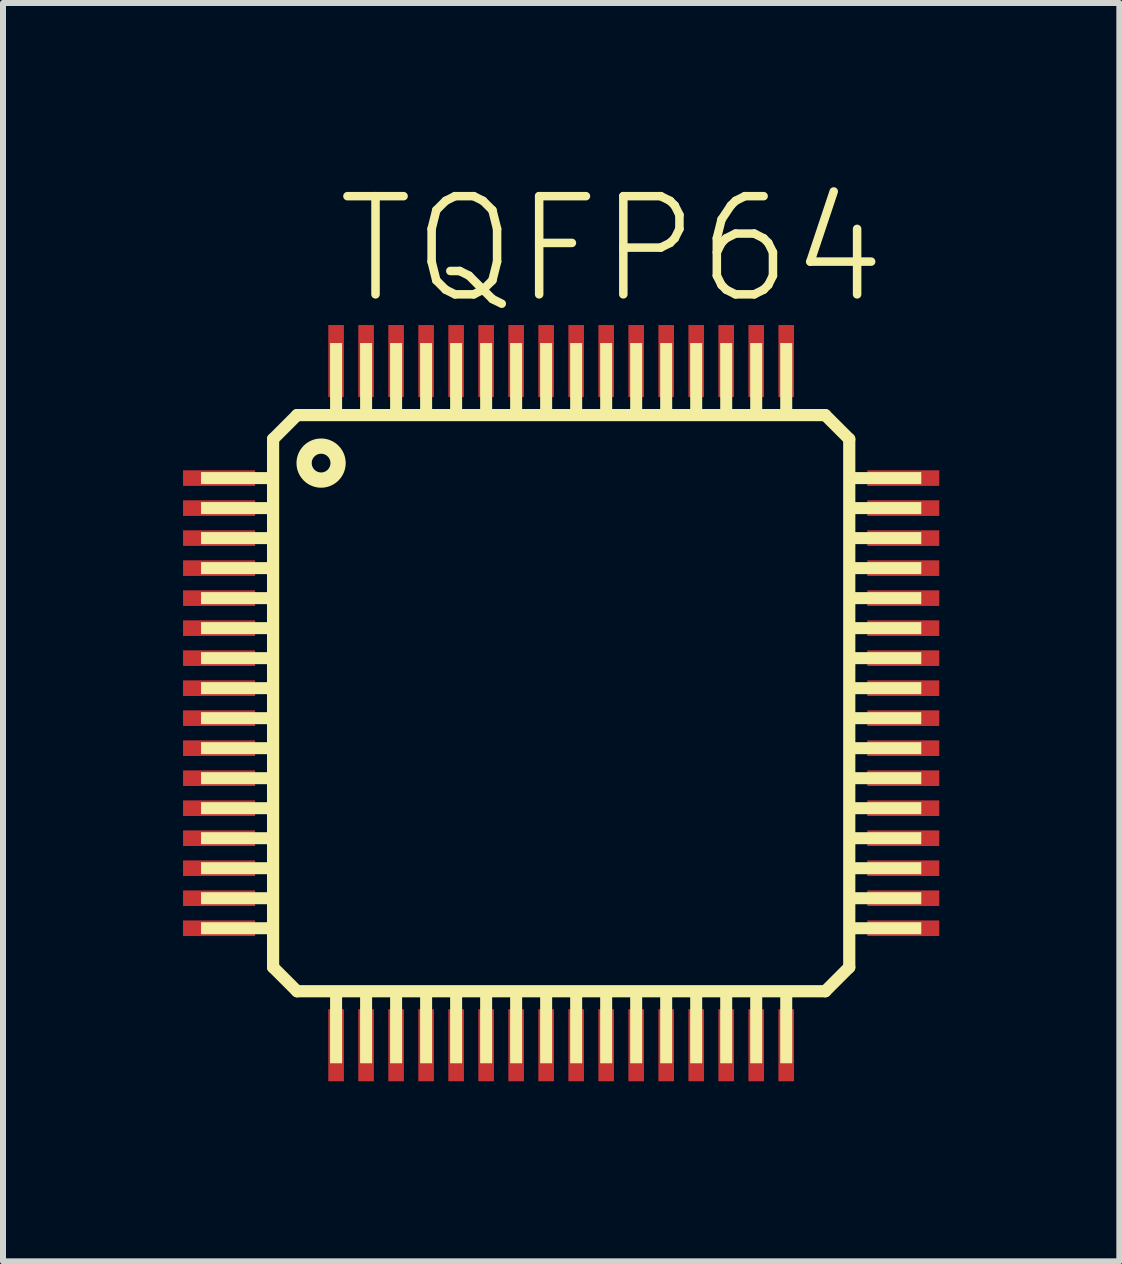
<source format=kicad_pcb>
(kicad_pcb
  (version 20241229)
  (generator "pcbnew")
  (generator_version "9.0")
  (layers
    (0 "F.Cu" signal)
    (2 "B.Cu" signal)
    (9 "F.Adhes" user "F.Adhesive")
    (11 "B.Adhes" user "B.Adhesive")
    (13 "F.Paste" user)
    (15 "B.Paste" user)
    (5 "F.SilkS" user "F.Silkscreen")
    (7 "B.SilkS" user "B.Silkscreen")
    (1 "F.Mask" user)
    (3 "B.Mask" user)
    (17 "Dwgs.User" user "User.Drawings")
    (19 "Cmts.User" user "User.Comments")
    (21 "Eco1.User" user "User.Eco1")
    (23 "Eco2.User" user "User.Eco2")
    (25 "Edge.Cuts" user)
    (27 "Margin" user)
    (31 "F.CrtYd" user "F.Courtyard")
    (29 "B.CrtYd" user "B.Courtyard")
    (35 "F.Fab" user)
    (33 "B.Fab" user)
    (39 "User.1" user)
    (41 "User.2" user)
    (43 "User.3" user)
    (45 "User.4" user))
  (footprint "TQFP64"
    (layer "F.Cu")
    (at 6.3 8.666)
    (property "Reference" "TQFP64" (at -3.81 -6.604 0) (unlocked yes) (layer "F.SilkS") (effects (font (size 1.636 1.636) (thickness 0.142)) (justify left bottom)))
    (fp_line (start -4.8 -4.4) (end -4.4 -4.8) (stroke (width 0.203) (type solid)) (layer "F.SilkS"))
    (fp_line (start -4.8 4.4) (end -4.8 -4.4) (stroke (width 0.203) (type solid)) (layer "F.SilkS"))
    (fp_line (start -4.4 -4.8) (end 4.4 -4.8) (stroke (width 0.203) (type solid)) (layer "F.SilkS"))
    (fp_line (start -4.4 4.8) (end -4.8 4.4) (stroke (width 0.203) (type solid)) (layer "F.SilkS"))
    (fp_line (start 4.4 -4.8) (end 4.8 -4.4) (stroke (width 0.203) (type solid)) (layer "F.SilkS"))
    (fp_line (start 4.4 4.8) (end -4.4 4.8) (stroke (width 0.203) (type solid)) (layer "F.SilkS"))
    (fp_line (start 4.8 -4.4) (end 4.8 4.4) (stroke (width 0.203) (type solid)) (layer "F.SilkS"))
    (fp_line (start 4.8 4.4) (end 4.4 4.8) (stroke (width 0.203) (type solid)) (layer "F.SilkS"))
    (fp_circle (center -4 -4) (end -3.717 -4) (stroke (width 0.254) (type solid)) (fill no) (layer "F.SilkS"))
    (fp_poly (pts (xy -6 -3.65) (xy -4.8 -3.65) (xy -4.8 -3.85) (xy -6 -3.85)) (stroke (width 0) (type default)) (fill yes) (layer "F.SilkS"))
    (fp_poly (pts (xy -6 -3.15) (xy -4.8 -3.15) (xy -4.8 -3.35) (xy -6 -3.35)) (stroke (width 0) (type default)) (fill yes) (layer "F.SilkS"))
    (fp_poly (pts (xy -6 -2.65) (xy -4.8 -2.65) (xy -4.8 -2.85) (xy -6 -2.85)) (stroke (width 0) (type default)) (fill yes) (layer "F.SilkS"))
    (fp_poly (pts (xy -6 -2.15) (xy -4.8 -2.15) (xy -4.8 -2.35) (xy -6 -2.35)) (stroke (width 0) (type default)) (fill yes) (layer "F.SilkS"))
    (fp_poly (pts (xy -6 -1.65) (xy -4.8 -1.65) (xy -4.8 -1.85) (xy -6 -1.85)) (stroke (width 0) (type default)) (fill yes) (layer "F.SilkS"))
    (fp_poly (pts (xy -6 -1.15) (xy -4.8 -1.15) (xy -4.8 -1.35) (xy -6 -1.35)) (stroke (width 0) (type default)) (fill yes) (layer "F.SilkS"))
    (fp_poly (pts (xy -6 -0.65) (xy -4.8 -0.65) (xy -4.8 -0.85) (xy -6 -0.85)) (stroke (width 0) (type default)) (fill yes) (layer "F.SilkS"))
    (fp_poly (pts (xy -6 -0.15) (xy -4.8 -0.15) (xy -4.8 -0.35) (xy -6 -0.35)) (stroke (width 0) (type default)) (fill yes) (layer "F.SilkS"))
    (fp_poly (pts (xy -6 0.35) (xy -4.8 0.35) (xy -4.8 0.15) (xy -6 0.15)) (stroke (width 0) (type default)) (fill yes) (layer "F.SilkS"))
    (fp_poly (pts (xy -6 0.85) (xy -4.8 0.85) (xy -4.8 0.65) (xy -6 0.65)) (stroke (width 0) (type default)) (fill yes) (layer "F.SilkS"))
    (fp_poly (pts (xy -6 1.35) (xy -4.8 1.35) (xy -4.8 1.15) (xy -6 1.15)) (stroke (width 0) (type default)) (fill yes) (layer "F.SilkS"))
    (fp_poly (pts (xy -6 1.85) (xy -4.8 1.85) (xy -4.8 1.65) (xy -6 1.65)) (stroke (width 0) (type default)) (fill yes) (layer "F.SilkS"))
    (fp_poly (pts (xy -6 2.35) (xy -4.8 2.35) (xy -4.8 2.15) (xy -6 2.15)) (stroke (width 0) (type default)) (fill yes) (layer "F.SilkS"))
    (fp_poly (pts (xy -6 2.85) (xy -4.8 2.85) (xy -4.8 2.65) (xy -6 2.65)) (stroke (width 0) (type default)) (fill yes) (layer "F.SilkS"))
    (fp_poly (pts (xy -6 3.35) (xy -4.8 3.35) (xy -4.8 3.15) (xy -6 3.15)) (stroke (width 0) (type default)) (fill yes) (layer "F.SilkS"))
    (fp_poly (pts (xy -6 3.85) (xy -4.8 3.85) (xy -4.8 3.65) (xy -6 3.65)) (stroke (width 0) (type default)) (fill yes) (layer "F.SilkS"))
    (fp_poly (pts (xy -3.85 -4.8) (xy -3.65 -4.8) (xy -3.65 -6) (xy -3.85 -6)) (stroke (width 0) (type default)) (fill yes) (layer "F.SilkS"))
    (fp_poly (pts (xy -3.85 6) (xy -3.65 6) (xy -3.65 4.8) (xy -3.85 4.8)) (stroke (width 0) (type default)) (fill yes) (layer "F.SilkS"))
    (fp_poly (pts (xy -3.35 -4.8) (xy -3.15 -4.8) (xy -3.15 -6) (xy -3.35 -6)) (stroke (width 0) (type default)) (fill yes) (layer "F.SilkS"))
    (fp_poly (pts (xy -3.35 6) (xy -3.15 6) (xy -3.15 4.8) (xy -3.35 4.8)) (stroke (width 0) (type default)) (fill yes) (layer "F.SilkS"))
    (fp_poly (pts (xy -2.85 -4.8) (xy -2.65 -4.8) (xy -2.65 -6) (xy -2.85 -6)) (stroke (width 0) (type default)) (fill yes) (layer "F.SilkS"))
    (fp_poly (pts (xy -2.85 6) (xy -2.65 6) (xy -2.65 4.8) (xy -2.85 4.8)) (stroke (width 0) (type default)) (fill yes) (layer "F.SilkS"))
    (fp_poly (pts (xy -2.35 -4.8) (xy -2.15 -4.8) (xy -2.15 -6) (xy -2.35 -6)) (stroke (width 0) (type default)) (fill yes) (layer "F.SilkS"))
    (fp_poly (pts (xy -2.35 6) (xy -2.15 6) (xy -2.15 4.8) (xy -2.35 4.8)) (stroke (width 0) (type default)) (fill yes) (layer "F.SilkS"))
    (fp_poly (pts (xy -1.85 -4.8) (xy -1.65 -4.8) (xy -1.65 -6) (xy -1.85 -6)) (stroke (width 0) (type default)) (fill yes) (layer "F.SilkS"))
    (fp_poly (pts (xy -1.85 6) (xy -1.65 6) (xy -1.65 4.8) (xy -1.85 4.8)) (stroke (width 0) (type default)) (fill yes) (layer "F.SilkS"))
    (fp_poly (pts (xy -1.35 -4.8) (xy -1.15 -4.8) (xy -1.15 -6) (xy -1.35 -6)) (stroke (width 0) (type default)) (fill yes) (layer "F.SilkS"))
    (fp_poly (pts (xy -1.35 6) (xy -1.15 6) (xy -1.15 4.8) (xy -1.35 4.8)) (stroke (width 0) (type default)) (fill yes) (layer "F.SilkS"))
    (fp_poly (pts (xy -0.85 -4.8) (xy -0.65 -4.8) (xy -0.65 -6) (xy -0.85 -6)) (stroke (width 0) (type default)) (fill yes) (layer "F.SilkS"))
    (fp_poly (pts (xy -0.85 6) (xy -0.65 6) (xy -0.65 4.8) (xy -0.85 4.8)) (stroke (width 0) (type default)) (fill yes) (layer "F.SilkS"))
    (fp_poly (pts (xy -0.35 -4.8) (xy -0.15 -4.8) (xy -0.15 -6) (xy -0.35 -6)) (stroke (width 0) (type default)) (fill yes) (layer "F.SilkS"))
    (fp_poly (pts (xy -0.35 6) (xy -0.15 6) (xy -0.15 4.8) (xy -0.35 4.8)) (stroke (width 0) (type default)) (fill yes) (layer "F.SilkS"))
    (fp_poly (pts (xy 0.15 -4.8) (xy 0.35 -4.8) (xy 0.35 -6) (xy 0.15 -6)) (stroke (width 0) (type default)) (fill yes) (layer "F.SilkS"))
    (fp_poly (pts (xy 0.15 6) (xy 0.35 6) (xy 0.35 4.8) (xy 0.15 4.8)) (stroke (width 0) (type default)) (fill yes) (layer "F.SilkS"))
    (fp_poly (pts (xy 0.65 -4.8) (xy 0.85 -4.8) (xy 0.85 -6) (xy 0.65 -6)) (stroke (width 0) (type default)) (fill yes) (layer "F.SilkS"))
    (fp_poly (pts (xy 0.65 6) (xy 0.85 6) (xy 0.85 4.8) (xy 0.65 4.8)) (stroke (width 0) (type default)) (fill yes) (layer "F.SilkS"))
    (fp_poly (pts (xy 1.15 -4.8) (xy 1.35 -4.8) (xy 1.35 -6) (xy 1.15 -6)) (stroke (width 0) (type default)) (fill yes) (layer "F.SilkS"))
    (fp_poly (pts (xy 1.15 6) (xy 1.35 6) (xy 1.35 4.8) (xy 1.15 4.8)) (stroke (width 0) (type default)) (fill yes) (layer "F.SilkS"))
    (fp_poly (pts (xy 1.65 -4.8) (xy 1.85 -4.8) (xy 1.85 -6) (xy 1.65 -6)) (stroke (width 0) (type default)) (fill yes) (layer "F.SilkS"))
    (fp_poly (pts (xy 1.65 6) (xy 1.85 6) (xy 1.85 4.8) (xy 1.65 4.8)) (stroke (width 0) (type default)) (fill yes) (layer "F.SilkS"))
    (fp_poly (pts (xy 2.15 -4.8) (xy 2.35 -4.8) (xy 2.35 -6) (xy 2.15 -6)) (stroke (width 0) (type default)) (fill yes) (layer "F.SilkS"))
    (fp_poly (pts (xy 2.15 6) (xy 2.35 6) (xy 2.35 4.8) (xy 2.15 4.8)) (stroke (width 0) (type default)) (fill yes) (layer "F.SilkS"))
    (fp_poly (pts (xy 2.65 -4.8) (xy 2.85 -4.8) (xy 2.85 -6) (xy 2.65 -6)) (stroke (width 0) (type default)) (fill yes) (layer "F.SilkS"))
    (fp_poly (pts (xy 2.65 6) (xy 2.85 6) (xy 2.85 4.8) (xy 2.65 4.8)) (stroke (width 0) (type default)) (fill yes) (layer "F.SilkS"))
    (fp_poly (pts (xy 3.15 -4.8) (xy 3.35 -4.8) (xy 3.35 -6) (xy 3.15 -6)) (stroke (width 0) (type default)) (fill yes) (layer "F.SilkS"))
    (fp_poly (pts (xy 3.15 6) (xy 3.35 6) (xy 3.35 4.8) (xy 3.15 4.8)) (stroke (width 0) (type default)) (fill yes) (layer "F.SilkS"))
    (fp_poly (pts (xy 3.65 -4.8) (xy 3.85 -4.8) (xy 3.85 -6) (xy 3.65 -6)) (stroke (width 0) (type default)) (fill yes) (layer "F.SilkS"))
    (fp_poly (pts (xy 3.65 6) (xy 3.85 6) (xy 3.85 4.8) (xy 3.65 4.8)) (stroke (width 0) (type default)) (fill yes) (layer "F.SilkS"))
    (fp_poly (pts (xy 4.8 -3.65) (xy 6 -3.65) (xy 6 -3.85) (xy 4.8 -3.85)) (stroke (width 0) (type default)) (fill yes) (layer "F.SilkS"))
    (fp_poly (pts (xy 4.8 -3.15) (xy 6 -3.15) (xy 6 -3.35) (xy 4.8 -3.35)) (stroke (width 0) (type default)) (fill yes) (layer "F.SilkS"))
    (fp_poly (pts (xy 4.8 -2.65) (xy 6 -2.65) (xy 6 -2.85) (xy 4.8 -2.85)) (stroke (width 0) (type default)) (fill yes) (layer "F.SilkS"))
    (fp_poly (pts (xy 4.8 -2.15) (xy 6 -2.15) (xy 6 -2.35) (xy 4.8 -2.35)) (stroke (width 0) (type default)) (fill yes) (layer "F.SilkS"))
    (fp_poly (pts (xy 4.8 -1.65) (xy 6 -1.65) (xy 6 -1.85) (xy 4.8 -1.85)) (stroke (width 0) (type default)) (fill yes) (layer "F.SilkS"))
    (fp_poly (pts (xy 4.8 -1.15) (xy 6 -1.15) (xy 6 -1.35) (xy 4.8 -1.35)) (stroke (width 0) (type default)) (fill yes) (layer "F.SilkS"))
    (fp_poly (pts (xy 4.8 -0.65) (xy 6 -0.65) (xy 6 -0.85) (xy 4.8 -0.85)) (stroke (width 0) (type default)) (fill yes) (layer "F.SilkS"))
    (fp_poly (pts (xy 4.8 -0.15) (xy 6 -0.15) (xy 6 -0.35) (xy 4.8 -0.35)) (stroke (width 0) (type default)) (fill yes) (layer "F.SilkS"))
    (fp_poly (pts (xy 4.8 0.35) (xy 6 0.35) (xy 6 0.15) (xy 4.8 0.15)) (stroke (width 0) (type default)) (fill yes) (layer "F.SilkS"))
    (fp_poly (pts (xy 4.8 0.85) (xy 6 0.85) (xy 6 0.65) (xy 4.8 0.65)) (stroke (width 0) (type default)) (fill yes) (layer "F.SilkS"))
    (fp_poly (pts (xy 4.8 1.35) (xy 6 1.35) (xy 6 1.15) (xy 4.8 1.15)) (stroke (width 0) (type default)) (fill yes) (layer "F.SilkS"))
    (fp_poly (pts (xy 4.8 1.85) (xy 6 1.85) (xy 6 1.65) (xy 4.8 1.65)) (stroke (width 0) (type default)) (fill yes) (layer "F.SilkS"))
    (fp_poly (pts (xy 4.8 2.35) (xy 6 2.35) (xy 6 2.15) (xy 4.8 2.15)) (stroke (width 0) (type default)) (fill yes) (layer "F.SilkS"))
    (fp_poly (pts (xy 4.8 2.85) (xy 6 2.85) (xy 6 2.65) (xy 4.8 2.65)) (stroke (width 0) (type default)) (fill yes) (layer "F.SilkS"))
    (fp_poly (pts (xy 4.8 3.35) (xy 6 3.35) (xy 6 3.15) (xy 4.8 3.15)) (stroke (width 0) (type default)) (fill yes) (layer "F.SilkS"))
    (fp_poly (pts (xy 4.8 3.85) (xy 6 3.85) (xy 6 3.65) (xy 4.8 3.65)) (stroke (width 0) (type default)) (fill yes) (layer "F.SilkS"))
    (pad "1" smd rect (at -5.7 -3.75) (size 1.2 0.26) (layers "F.Cu" "F.Mask" "F.Paste"))
    (pad "2" smd rect (at -5.7 -3.25) (size 1.2 0.26) (layers "F.Cu" "F.Mask" "F.Paste"))
    (pad "3" smd rect (at -5.7 -2.75) (size 1.2 0.26) (layers "F.Cu" "F.Mask" "F.Paste"))
    (pad "4" smd rect (at -5.7 -2.25) (size 1.2 0.26) (layers "F.Cu" "F.Mask" "F.Paste"))
    (pad "5" smd rect (at -5.7 -1.75) (size 1.2 0.26) (layers "F.Cu" "F.Mask" "F.Paste"))
    (pad "6" smd rect (at -5.7 -1.25) (size 1.2 0.26) (layers "F.Cu" "F.Mask" "F.Paste"))
    (pad "7" smd rect (at -5.7 -0.75) (size 1.2 0.26) (layers "F.Cu" "F.Mask" "F.Paste"))
    (pad "8" smd rect (at -5.7 -0.25) (size 1.2 0.26) (layers "F.Cu" "F.Mask" "F.Paste"))
    (pad "9" smd rect (at -5.7 0.25) (size 1.2 0.26) (layers "F.Cu" "F.Mask" "F.Paste"))
    (pad "10" smd rect (at -5.7 0.75) (size 1.2 0.26) (layers "F.Cu" "F.Mask" "F.Paste"))
    (pad "11" smd rect (at -5.7 1.25) (size 1.2 0.26) (layers "F.Cu" "F.Mask" "F.Paste"))
    (pad "12" smd rect (at -5.7 1.75) (size 1.2 0.26) (layers "F.Cu" "F.Mask" "F.Paste"))
    (pad "13" smd rect (at -5.7 2.25) (size 1.2 0.26) (layers "F.Cu" "F.Mask" "F.Paste"))
    (pad "14" smd rect (at -5.7 2.75) (size 1.2 0.26) (layers "F.Cu" "F.Mask" "F.Paste"))
    (pad "15" smd rect (at -5.7 3.25) (size 1.2 0.26) (layers "F.Cu" "F.Mask" "F.Paste"))
    (pad "16" smd rect (at -5.7 3.75) (size 1.2 0.26) (layers "F.Cu" "F.Mask" "F.Paste"))
    (pad "17" smd rect (at -3.75 5.7) (size 0.26 1.2) (layers "F.Cu" "F.Mask" "F.Paste"))
    (pad "18" smd rect (at -3.25 5.7) (size 0.26 1.2) (layers "F.Cu" "F.Mask" "F.Paste"))
    (pad "19" smd rect (at -2.75 5.7) (size 0.26 1.2) (layers "F.Cu" "F.Mask" "F.Paste"))
    (pad "20" smd rect (at -2.25 5.7) (size 0.26 1.2) (layers "F.Cu" "F.Mask" "F.Paste"))
    (pad "21" smd rect (at -1.75 5.7) (size 0.26 1.2) (layers "F.Cu" "F.Mask" "F.Paste"))
    (pad "22" smd rect (at -1.25 5.7) (size 0.26 1.2) (layers "F.Cu" "F.Mask" "F.Paste"))
    (pad "23" smd rect (at -0.75 5.7) (size 0.26 1.2) (layers "F.Cu" "F.Mask" "F.Paste"))
    (pad "24" smd rect (at -0.25 5.7) (size 0.26 1.2) (layers "F.Cu" "F.Mask" "F.Paste"))
    (pad "25" smd rect (at 0.25 5.7) (size 0.26 1.2) (layers "F.Cu" "F.Mask" "F.Paste"))
    (pad "26" smd rect (at 0.75 5.7) (size 0.26 1.2) (layers "F.Cu" "F.Mask" "F.Paste"))
    (pad "27" smd rect (at 1.25 5.7) (size 0.26 1.2) (layers "F.Cu" "F.Mask" "F.Paste"))
    (pad "28" smd rect (at 1.75 5.7) (size 0.26 1.2) (layers "F.Cu" "F.Mask" "F.Paste"))
    (pad "29" smd rect (at 2.25 5.7) (size 0.26 1.2) (layers "F.Cu" "F.Mask" "F.Paste"))
    (pad "30" smd rect (at 2.75 5.7) (size 0.26 1.2) (layers "F.Cu" "F.Mask" "F.Paste"))
    (pad "31" smd rect (at 3.25 5.7) (size 0.26 1.2) (layers "F.Cu" "F.Mask" "F.Paste"))
    (pad "32" smd rect (at 3.75 5.7) (size 0.26 1.2) (layers "F.Cu" "F.Mask" "F.Paste"))
    (pad "33" smd rect (at 5.7 3.75) (size 1.2 0.26) (layers "F.Cu" "F.Mask" "F.Paste"))
    (pad "34" smd rect (at 5.7 3.25) (size 1.2 0.26) (layers "F.Cu" "F.Mask" "F.Paste"))
    (pad "35" smd rect (at 5.7 2.75) (size 1.2 0.26) (layers "F.Cu" "F.Mask" "F.Paste"))
    (pad "36" smd rect (at 5.7 2.25) (size 1.2 0.26) (layers "F.Cu" "F.Mask" "F.Paste"))
    (pad "37" smd rect (at 5.7 1.75) (size 1.2 0.26) (layers "F.Cu" "F.Mask" "F.Paste"))
    (pad "38" smd rect (at 5.7 1.25) (size 1.2 0.26) (layers "F.Cu" "F.Mask" "F.Paste"))
    (pad "39" smd rect (at 5.7 0.75) (size 1.2 0.26) (layers "F.Cu" "F.Mask" "F.Paste"))
    (pad "40" smd rect (at 5.7 0.25) (size 1.2 0.26) (layers "F.Cu" "F.Mask" "F.Paste"))
    (pad "41" smd rect (at 5.7 -0.25) (size 1.2 0.26) (layers "F.Cu" "F.Mask" "F.Paste"))
    (pad "42" smd rect (at 5.7 -0.75) (size 1.2 0.26) (layers "F.Cu" "F.Mask" "F.Paste"))
    (pad "43" smd rect (at 5.7 -1.25) (size 1.2 0.26) (layers "F.Cu" "F.Mask" "F.Paste"))
    (pad "44" smd rect (at 5.7 -1.75) (size 1.2 0.26) (layers "F.Cu" "F.Mask" "F.Paste"))
    (pad "45" smd rect (at 5.7 -2.25) (size 1.2 0.26) (layers "F.Cu" "F.Mask" "F.Paste"))
    (pad "46" smd rect (at 5.7 -2.75) (size 1.2 0.26) (layers "F.Cu" "F.Mask" "F.Paste"))
    (pad "47" smd rect (at 5.7 -3.25) (size 1.2 0.26) (layers "F.Cu" "F.Mask" "F.Paste"))
    (pad "48" smd rect (at 5.7 -3.75) (size 1.2 0.26) (layers "F.Cu" "F.Mask" "F.Paste"))
    (pad "49" smd rect (at 3.75 -5.7) (size 0.26 1.2) (layers "F.Cu" "F.Mask" "F.Paste"))
    (pad "50" smd rect (at 3.25 -5.7) (size 0.26 1.2) (layers "F.Cu" "F.Mask" "F.Paste"))
    (pad "51" smd rect (at 2.75 -5.7) (size 0.26 1.2) (layers "F.Cu" "F.Mask" "F.Paste"))
    (pad "52" smd rect (at 2.25 -5.7) (size 0.26 1.2) (layers "F.Cu" "F.Mask" "F.Paste"))
    (pad "53" smd rect (at 1.75 -5.7) (size 0.26 1.2) (layers "F.Cu" "F.Mask" "F.Paste"))
    (pad "54" smd rect (at 1.25 -5.7) (size 0.26 1.2) (layers "F.Cu" "F.Mask" "F.Paste"))
    (pad "55" smd rect (at 0.75 -5.7) (size 0.26 1.2) (layers "F.Cu" "F.Mask" "F.Paste"))
    (pad "56" smd rect (at 0.25 -5.7) (size 0.26 1.2) (layers "F.Cu" "F.Mask" "F.Paste"))
    (pad "57" smd rect (at -0.25 -5.7) (size 0.26 1.2) (layers "F.Cu" "F.Mask" "F.Paste"))
    (pad "58" smd rect (at -0.75 -5.7) (size 0.26 1.2) (layers "F.Cu" "F.Mask" "F.Paste"))
    (pad "59" smd rect (at -1.25 -5.7) (size 0.26 1.2) (layers "F.Cu" "F.Mask" "F.Paste"))
    (pad "60" smd rect (at -1.75 -5.7) (size 0.26 1.2) (layers "F.Cu" "F.Mask" "F.Paste"))
    (pad "61" smd rect (at -2.25 -5.7) (size 0.26 1.2) (layers "F.Cu" "F.Mask" "F.Paste"))
    (pad "62" smd rect (at -2.75 -5.7) (size 0.26 1.2) (layers "F.Cu" "F.Mask" "F.Paste"))
    (pad "63" smd rect (at -3.25 -5.7) (size 0.26 1.2) (layers "F.Cu" "F.Mask" "F.Paste"))
    (pad "64" smd rect (at -3.75 -5.7) (size 0.26 1.2) (layers "F.Cu" "F.Mask" "F.Paste")))
  (gr_rect
    (start -3 -3)
    (end 15.6 17.966)
    (stroke (width 0.1) (type default))
    (fill no)
    (layer "Edge.Cuts")))
</source>
